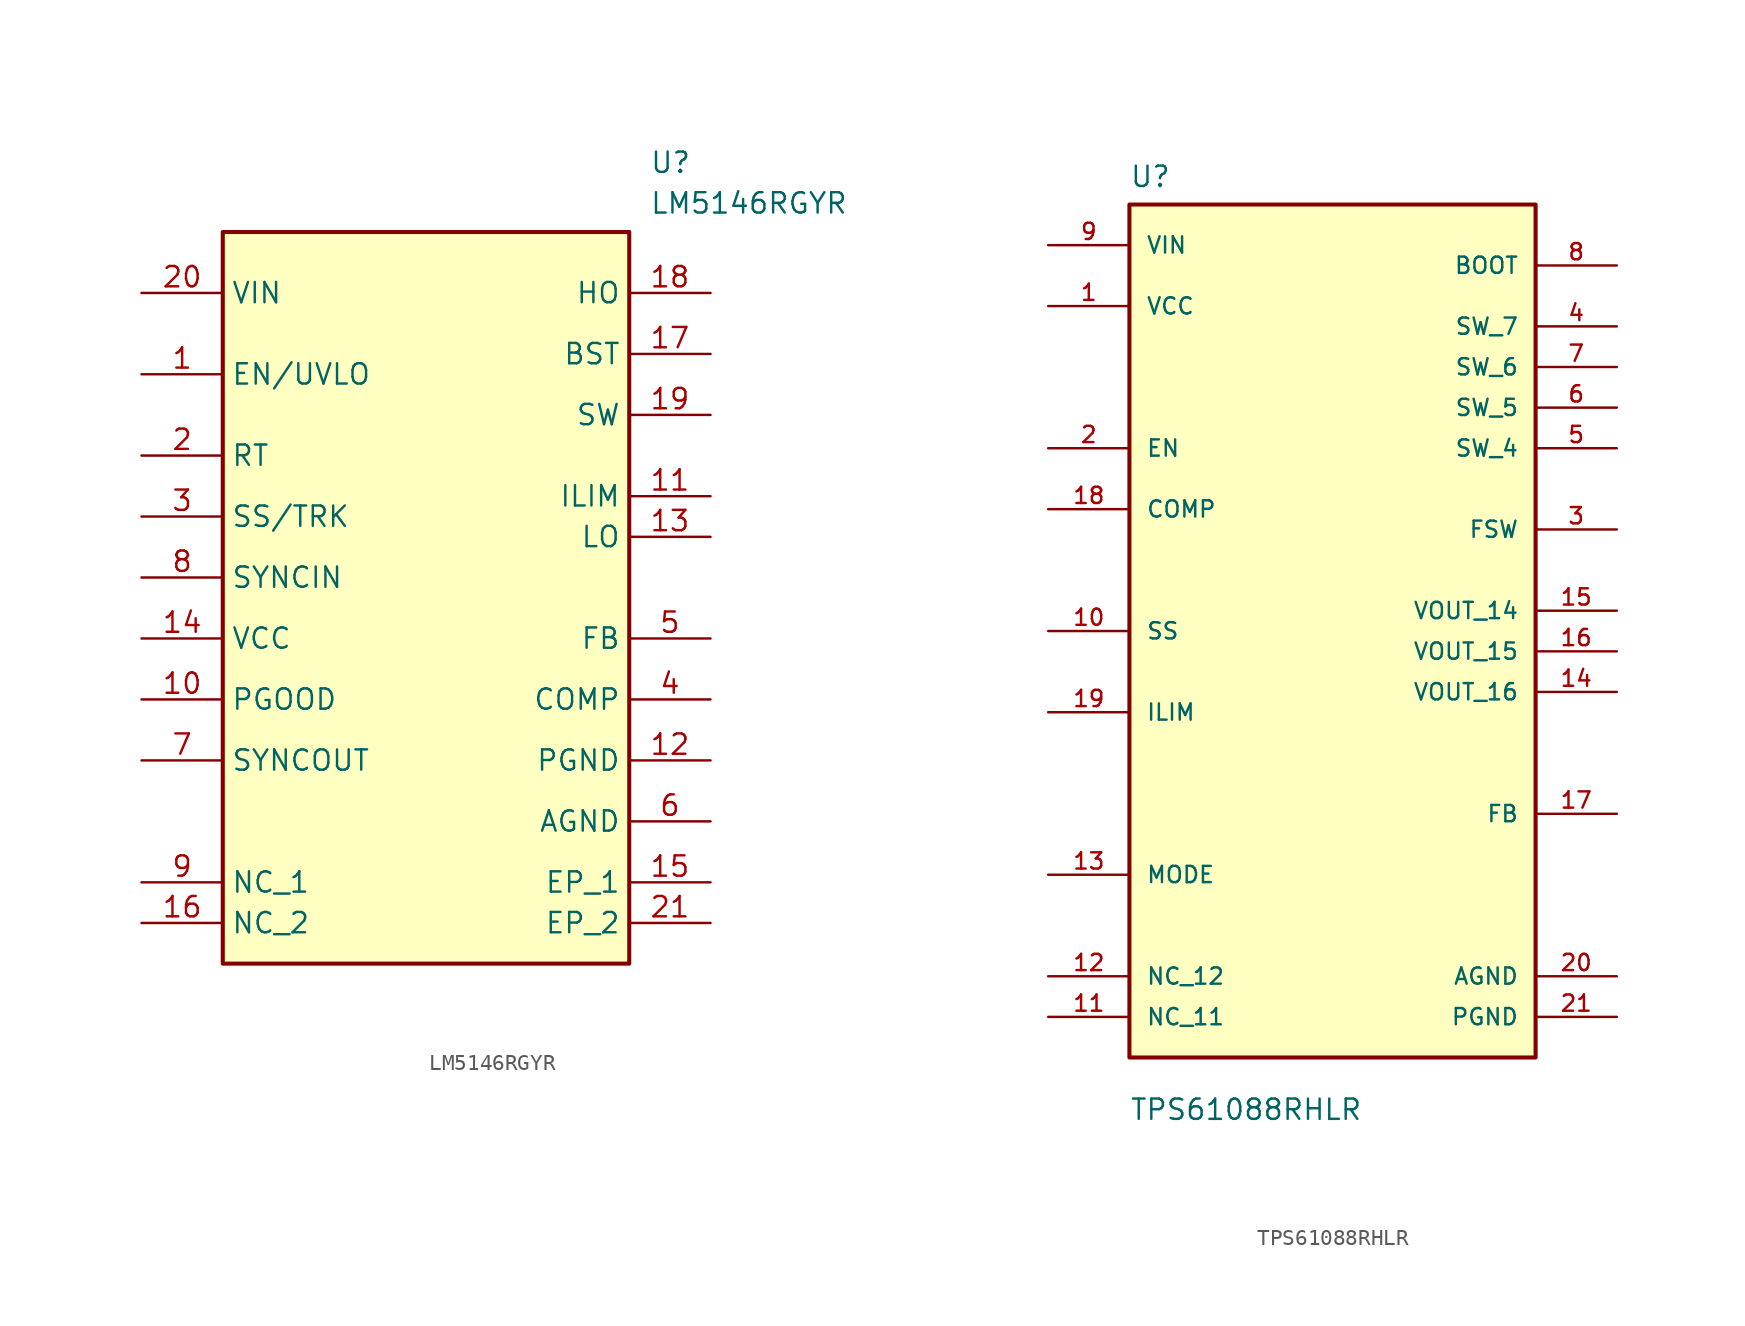
<source format=kicad_sym>
(kicad_symbol_lib
  (version 20231120)
  (generator "kicad_symbol_editor")
  (generator_version "8.0")
  (symbol "LM5146RGYR"
    (property "Reference" "U"
      (at 31.75 20.32 0)
      (effects (font (size 1.27 1.27)) (justify left top)))
    (property "Value" "LM5146RGYR"
      (at 31.75 17.78 0)
      (effects (font (size 1.27 1.27)) (justify left top)))
    (symbol "LM5146RGYR_1_1"
      (rectangle (start 5.08 15.24) (end 30.48 -30.48) (stroke (width 0.254) (type default)) (fill (type background)))
      (pin passive line (at 0 6.35 0) (length 5.08) (name "EN/UVLO" (effects (font (size 1.27 1.27)))) (number "1" (effects (font (size 1.27 1.27)))))
      (pin passive line (at 0 -13.97 0) (length 5.08) (name "PGOOD" (effects (font (size 1.27 1.27)))) (number "10" (effects (font (size 1.27 1.27)))))
      (pin passive line (at 35.56 -1.27 180) (length 5.08) (name "ILIM" (effects (font (size 1.27 1.27)))) (number "11" (effects (font (size 1.27 1.27)))))
      (pin passive line (at 35.56 -17.78 180) (length 5.08) (name "PGND" (effects (font (size 1.27 1.27)))) (number "12" (effects (font (size 1.27 1.27)))))
      (pin passive line (at 35.56 -3.81 180) (length 5.08) (name "LO" (effects (font (size 1.27 1.27)))) (number "13" (effects (font (size 1.27 1.27)))))
      (pin passive line (at 0 -10.16 0) (length 5.08) (name "VCC" (effects (font (size 1.27 1.27)))) (number "14" (effects (font (size 1.27 1.27)))))
      (pin passive line (at 35.56 -25.4 180) (length 5.08) (name "EP_1" (effects (font (size 1.27 1.27)))) (number "15" (effects (font (size 1.27 1.27)))))
      (pin passive line (at 0 -27.94 0) (length 5.08) (name "NC_2" (effects (font (size 1.27 1.27)))) (number "16" (effects (font (size 1.27 1.27)))))
      (pin passive line (at 35.56 7.62 180) (length 5.08) (name "BST" (effects (font (size 1.27 1.27)))) (number "17" (effects (font (size 1.27 1.27)))))
      (pin passive line (at 35.56 11.43 180) (length 5.08) (name "HO" (effects (font (size 1.27 1.27)))) (number "18" (effects (font (size 1.27 1.27)))))
      (pin passive line (at 35.56 3.81 180) (length 5.08) (name "SW" (effects (font (size 1.27 1.27)))) (number "19" (effects (font (size 1.27 1.27)))))
      (pin passive line (at 0 1.27 0) (length 5.08) (name "RT" (effects (font (size 1.27 1.27)))) (number "2" (effects (font (size 1.27 1.27)))))
      (pin passive line (at 0 11.43 0) (length 5.08) (name "VIN" (effects (font (size 1.27 1.27)))) (number "20" (effects (font (size 1.27 1.27)))))
      (pin passive line (at 35.56 -27.94 180) (length 5.08) (name "EP_2" (effects (font (size 1.27 1.27)))) (number "21" (effects (font (size 1.27 1.27)))))
      (pin passive line (at 0 -2.54 0) (length 5.08) (name "SS/TRK" (effects (font (size 1.27 1.27)))) (number "3" (effects (font (size 1.27 1.27)))))
      (pin passive line (at 35.56 -13.97 180) (length 5.08) (name "COMP" (effects (font (size 1.27 1.27)))) (number "4" (effects (font (size 1.27 1.27)))))
      (pin passive line (at 35.56 -10.16 180) (length 5.08) (name "FB" (effects (font (size 1.27 1.27)))) (number "5" (effects (font (size 1.27 1.27)))))
      (pin passive line (at 35.56 -21.59 180) (length 5.08) (name "AGND" (effects (font (size 1.27 1.27)))) (number "6" (effects (font (size 1.27 1.27)))))
      (pin passive line (at 0 -17.78 0) (length 5.08) (name "SYNCOUT" (effects (font (size 1.27 1.27)))) (number "7" (effects (font (size 1.27 1.27)))))
      (pin passive line (at 0 -6.35 0) (length 5.08) (name "SYNCIN" (effects (font (size 1.27 1.27)))) (number "8" (effects (font (size 1.27 1.27)))))
      (pin passive line (at 0 -25.4 0) (length 5.08) (name "NC_1" (effects (font (size 1.27 1.27)))) (number "9" (effects (font (size 1.27 1.27)))))))
  (symbol "TPS61088RHLR"
    (pin_names
      (offset 1.016))
    (property "Reference" "U"
      (at -12.7 26.4 0)
      (effects (font (size 1.27 1.27)) (justify left bottom)))
    (property "Value" "TPS61088RHLR"
      (at -12.7 -31.94 0)
      (effects (font (size 1.27 1.27)) (justify left bottom)))
    (symbol "TPS61088RHLR_0_0"
      (rectangle (start -12.7 25.4) (end 12.7 -27.94) (stroke (width 0.254) (type default)) (fill (type background)))
      (pin output line (at -17.78 19.05 0) (length 5.08) (name "VCC" (effects (font (size 1.016 1.016)))) (number "1" (effects (font (size 1.016 1.016)))))
      (pin output line (at -17.78 -1.27 0) (length 5.08) (name "SS" (effects (font (size 1.016 1.016)))) (number "10" (effects (font (size 1.016 1.016)))))
      (pin input line (at -17.78 -16.51 0) (length 5.08) (name "MODE" (effects (font (size 1.016 1.016)))) (number "13" (effects (font (size 1.016 1.016)))))
      (pin output line (at 17.78 -5.08 180) (length 5.08) (name "VOUT_16" (effects (font (size 1.016 1.016)))) (number "14" (effects (font (size 1.016 1.016)))))
      (pin output line (at 17.78 0 180) (length 5.08) (name "VOUT_14" (effects (font (size 1.016 1.016)))) (number "15" (effects (font (size 1.016 1.016)))))
      (pin output line (at 17.78 -2.54 180) (length 5.08) (name "VOUT_15" (effects (font (size 1.016 1.016)))) (number "16" (effects (font (size 1.016 1.016)))))
      (pin input line (at 17.78 -12.7 180) (length 5.08) (name "FB" (effects (font (size 1.016 1.016)))) (number "17" (effects (font (size 1.016 1.016)))))
      (pin output line (at -17.78 6.35 0) (length 5.08) (name "COMP" (effects (font (size 1.016 1.016)))) (number "18" (effects (font (size 1.016 1.016)))))
      (pin output line (at -17.78 -6.35 0) (length 5.08) (name "ILIM" (effects (font (size 1.016 1.016)))) (number "19" (effects (font (size 1.016 1.016)))))
      (pin input line (at -17.78 10.16 0) (length 5.08) (name "EN" (effects (font (size 1.016 1.016)))) (number "2" (effects (font (size 1.016 1.016)))))
      (pin power_in line (at 17.78 -22.86 180) (length 5.08) (name "AGND" (effects (font (size 1.016 1.016)))) (number "20" (effects (font (size 1.016 1.016)))))
      (pin power_in line (at 17.78 -25.4 180) (length 5.08) (name "PGND" (effects (font (size 1.016 1.016)))) (number "21" (effects (font (size 1.016 1.016)))))
      (pin input line (at 17.78 5.08 180) (length 5.08) (name "FSW" (effects (font (size 1.016 1.016)))) (number "3" (effects (font (size 1.016 1.016)))))
      (pin input line (at 17.78 17.78 180) (length 5.08) (name "SW_7" (effects (font (size 1.016 1.016)))) (number "4" (effects (font (size 1.016 1.016)))))
      (pin input line (at 17.78 10.16 180) (length 5.08) (name "SW_4" (effects (font (size 1.016 1.016)))) (number "5" (effects (font (size 1.016 1.016)))))
      (pin input line (at 17.78 12.7 180) (length 5.08) (name "SW_5" (effects (font (size 1.016 1.016)))) (number "6" (effects (font (size 1.016 1.016)))))
      (pin input line (at 17.78 15.24 180) (length 5.08) (name "SW_6" (effects (font (size 1.016 1.016)))) (number "7" (effects (font (size 1.016 1.016)))))
      (pin output line (at 17.78 21.59 180) (length 5.08) (name "BOOT" (effects (font (size 1.016 1.016)))) (number "8" (effects (font (size 1.016 1.016))))))
    (symbol "TPS61088RHLR_1_0"
      (pin passive line (at -17.78 -25.4 0) (length 5.08) (name "NC_11" (effects (font (size 1.016 1.016)))) (number "11" (effects (font (size 1.016 1.016)))))
      (pin passive line (at -17.78 -22.86 0) (length 5.08) (name "NC_12" (effects (font (size 1.016 1.016)))) (number "12" (effects (font (size 1.016 1.016)))))
      (pin power_in line (at -17.78 22.86 0) (length 5.08) (name "VIN" (effects (font (size 1.016 1.016)))) (number "9" (effects (font (size 1.016 1.016))))))))
</source>
